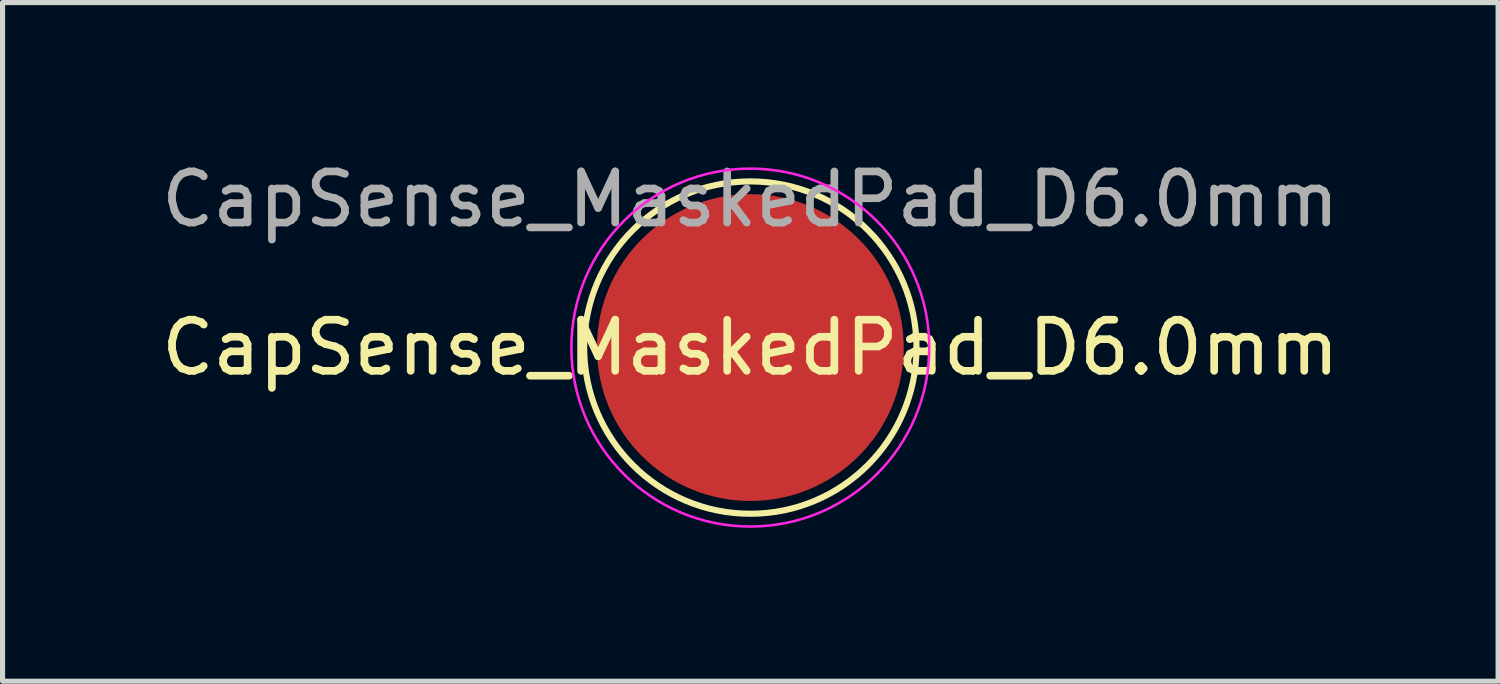
<source format=kicad_pcb>
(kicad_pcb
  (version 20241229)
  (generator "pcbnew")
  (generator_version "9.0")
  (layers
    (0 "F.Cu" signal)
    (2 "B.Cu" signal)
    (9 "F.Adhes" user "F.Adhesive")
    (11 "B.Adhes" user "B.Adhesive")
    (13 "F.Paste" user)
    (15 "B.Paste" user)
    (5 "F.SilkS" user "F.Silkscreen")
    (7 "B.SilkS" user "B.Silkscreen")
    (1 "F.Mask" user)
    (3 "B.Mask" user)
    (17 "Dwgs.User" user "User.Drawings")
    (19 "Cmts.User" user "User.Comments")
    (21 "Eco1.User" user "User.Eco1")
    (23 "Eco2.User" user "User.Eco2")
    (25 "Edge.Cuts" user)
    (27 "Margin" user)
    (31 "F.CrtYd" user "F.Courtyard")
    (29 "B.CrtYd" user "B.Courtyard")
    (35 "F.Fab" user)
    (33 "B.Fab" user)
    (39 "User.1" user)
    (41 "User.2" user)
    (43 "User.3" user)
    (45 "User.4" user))
  (footprint "CapSense_MaskedPad_D6.0mm"
    (layer "F.Cu")
    (at 11.625 3.748)
    (property "Reference" "CapSense_MaskedPad_D6.0mm" (at 0 0 0) (layer "F.SilkS") (effects (font (size 1 1) (thickness 0.15))))
    (attr exclude_from_pos_files exclude_from_bom)
    (fp_circle (center 0 0) (end 3.25 0) (stroke (width 0.12) (type solid)) (fill no) (layer "F.SilkS"))
    (fp_circle (center 0 0) (end 3.5 0) (stroke (width 0.05) (type solid)) (fill no) (layer "F.CrtYd"))
    (fp_text user "${REFERENCE}" (at 0 -2.9 0) (layer "F.Fab") (effects (font (size 1 1) (thickness 0.15))))
    (pad "1" smd circle (at 0 0) (size 6 6) (layers "F.Cu")))
  (gr_rect
    (start -3 -3)
    (end 26.25 10.273)
    (stroke (width 0.1) (type default))
    (fill no)
    (layer "Edge.Cuts")))
</source>
